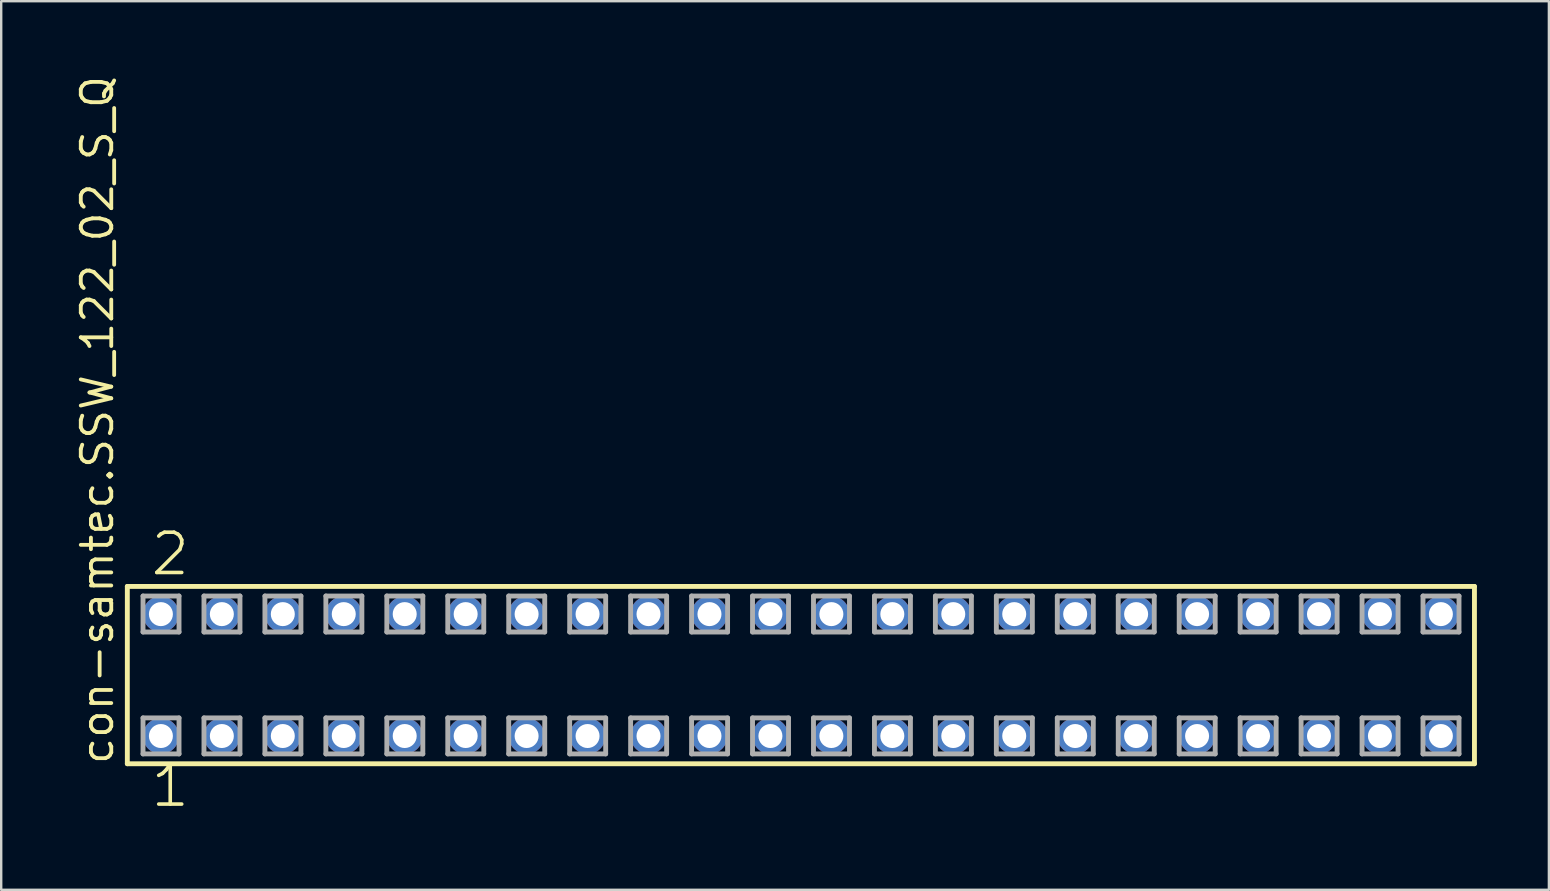
<source format=kicad_pcb>
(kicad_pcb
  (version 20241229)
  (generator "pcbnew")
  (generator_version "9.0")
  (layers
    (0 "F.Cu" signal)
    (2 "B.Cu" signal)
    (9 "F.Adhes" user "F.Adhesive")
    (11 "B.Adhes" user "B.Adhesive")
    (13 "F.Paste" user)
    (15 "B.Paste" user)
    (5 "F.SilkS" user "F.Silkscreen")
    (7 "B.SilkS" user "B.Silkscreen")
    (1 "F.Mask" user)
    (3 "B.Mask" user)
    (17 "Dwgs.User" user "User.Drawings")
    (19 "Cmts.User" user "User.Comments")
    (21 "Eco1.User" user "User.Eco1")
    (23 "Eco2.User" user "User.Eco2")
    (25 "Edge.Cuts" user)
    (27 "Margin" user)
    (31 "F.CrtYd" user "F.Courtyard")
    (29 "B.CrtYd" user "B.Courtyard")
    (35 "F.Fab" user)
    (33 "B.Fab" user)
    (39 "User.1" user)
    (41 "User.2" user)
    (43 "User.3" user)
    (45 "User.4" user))
  (footprint "con-samtec.SSW_122_02_S_Q"
    (layer "F.Cu")
    (at 30.325 25.082)
    (property "Reference" "con-samtec.SSW_122_02_S_Q" (at -28.575 3.81 90) (layer "F.SilkS") (effects (font (size 1.27 1.27) (thickness 0.16)) (justify left bottom)))
    (attr through_hole)
    (fp_line (start -28.069 -3.695) (end 28.069 -3.695) (stroke (width 0.203) (type default)) (layer "F.SilkS"))
    (fp_line (start -28.069 3.695) (end -28.069 -3.695) (stroke (width 0.203) (type default)) (layer "F.SilkS"))
    (fp_line (start 28.069 -3.695) (end 28.069 3.695) (stroke (width 0.203) (type default)) (layer "F.SilkS"))
    (fp_line (start 28.069 3.695) (end -28.069 3.695) (stroke (width 0.203) (type default)) (layer "F.SilkS"))
    (fp_line (start -27.415 -3.295) (end -25.915 -3.295) (stroke (width 0.203) (type default)) (layer "F.Fab"))
    (fp_line (start -27.415 -1.795) (end -27.415 -3.295) (stroke (width 0.203) (type default)) (layer "F.Fab"))
    (fp_line (start -27.415 1.785) (end -25.915 1.785) (stroke (width 0.203) (type default)) (layer "F.Fab"))
    (fp_line (start -27.415 3.285) (end -27.415 1.785) (stroke (width 0.203) (type default)) (layer "F.Fab"))
    (fp_line (start -25.915 -3.295) (end -25.915 -1.795) (stroke (width 0.203) (type default)) (layer "F.Fab"))
    (fp_line (start -25.915 -1.795) (end -27.415 -1.795) (stroke (width 0.203) (type default)) (layer "F.Fab"))
    (fp_line (start -25.915 1.785) (end -25.915 3.285) (stroke (width 0.203) (type default)) (layer "F.Fab"))
    (fp_line (start -25.915 3.285) (end -27.415 3.285) (stroke (width 0.203) (type default)) (layer "F.Fab"))
    (fp_line (start -24.875 -3.295) (end -23.375 -3.295) (stroke (width 0.203) (type default)) (layer "F.Fab"))
    (fp_line (start -24.875 -1.795) (end -24.875 -3.295) (stroke (width 0.203) (type default)) (layer "F.Fab"))
    (fp_line (start -24.875 1.785) (end -23.375 1.785) (stroke (width 0.203) (type default)) (layer "F.Fab"))
    (fp_line (start -24.875 3.285) (end -24.875 1.785) (stroke (width 0.203) (type default)) (layer "F.Fab"))
    (fp_line (start -23.375 -3.295) (end -23.375 -1.795) (stroke (width 0.203) (type default)) (layer "F.Fab"))
    (fp_line (start -23.375 -1.795) (end -24.875 -1.795) (stroke (width 0.203) (type default)) (layer "F.Fab"))
    (fp_line (start -23.375 1.785) (end -23.375 3.285) (stroke (width 0.203) (type default)) (layer "F.Fab"))
    (fp_line (start -23.375 3.285) (end -24.875 3.285) (stroke (width 0.203) (type default)) (layer "F.Fab"))
    (fp_line (start -22.335 -3.295) (end -20.835 -3.295) (stroke (width 0.203) (type default)) (layer "F.Fab"))
    (fp_line (start -22.335 -1.795) (end -22.335 -3.295) (stroke (width 0.203) (type default)) (layer "F.Fab"))
    (fp_line (start -22.335 1.785) (end -20.835 1.785) (stroke (width 0.203) (type default)) (layer "F.Fab"))
    (fp_line (start -22.335 3.285) (end -22.335 1.785) (stroke (width 0.203) (type default)) (layer "F.Fab"))
    (fp_line (start -20.835 -3.295) (end -20.835 -1.795) (stroke (width 0.203) (type default)) (layer "F.Fab"))
    (fp_line (start -20.835 -1.795) (end -22.335 -1.795) (stroke (width 0.203) (type default)) (layer "F.Fab"))
    (fp_line (start -20.835 1.785) (end -20.835 3.285) (stroke (width 0.203) (type default)) (layer "F.Fab"))
    (fp_line (start -20.835 3.285) (end -22.335 3.285) (stroke (width 0.203) (type default)) (layer "F.Fab"))
    (fp_line (start -19.795 -3.295) (end -18.295 -3.295) (stroke (width 0.203) (type default)) (layer "F.Fab"))
    (fp_line (start -19.795 -1.795) (end -19.795 -3.295) (stroke (width 0.203) (type default)) (layer "F.Fab"))
    (fp_line (start -19.795 1.785) (end -18.295 1.785) (stroke (width 0.203) (type default)) (layer "F.Fab"))
    (fp_line (start -19.795 3.285) (end -19.795 1.785) (stroke (width 0.203) (type default)) (layer "F.Fab"))
    (fp_line (start -18.295 -3.295) (end -18.295 -1.795) (stroke (width 0.203) (type default)) (layer "F.Fab"))
    (fp_line (start -18.295 -1.795) (end -19.795 -1.795) (stroke (width 0.203) (type default)) (layer "F.Fab"))
    (fp_line (start -18.295 1.785) (end -18.295 3.285) (stroke (width 0.203) (type default)) (layer "F.Fab"))
    (fp_line (start -18.295 3.285) (end -19.795 3.285) (stroke (width 0.203) (type default)) (layer "F.Fab"))
    (fp_line (start -17.255 -3.295) (end -15.755 -3.295) (stroke (width 0.203) (type default)) (layer "F.Fab"))
    (fp_line (start -17.255 -1.795) (end -17.255 -3.295) (stroke (width 0.203) (type default)) (layer "F.Fab"))
    (fp_line (start -17.255 1.785) (end -15.755 1.785) (stroke (width 0.203) (type default)) (layer "F.Fab"))
    (fp_line (start -17.255 3.285) (end -17.255 1.785) (stroke (width 0.203) (type default)) (layer "F.Fab"))
    (fp_line (start -15.755 -3.295) (end -15.755 -1.795) (stroke (width 0.203) (type default)) (layer "F.Fab"))
    (fp_line (start -15.755 -1.795) (end -17.255 -1.795) (stroke (width 0.203) (type default)) (layer "F.Fab"))
    (fp_line (start -15.755 1.785) (end -15.755 3.285) (stroke (width 0.203) (type default)) (layer "F.Fab"))
    (fp_line (start -15.755 3.285) (end -17.255 3.285) (stroke (width 0.203) (type default)) (layer "F.Fab"))
    (fp_line (start -14.715 -3.295) (end -13.215 -3.295) (stroke (width 0.203) (type default)) (layer "F.Fab"))
    (fp_line (start -14.715 -1.795) (end -14.715 -3.295) (stroke (width 0.203) (type default)) (layer "F.Fab"))
    (fp_line (start -14.715 1.785) (end -13.215 1.785) (stroke (width 0.203) (type default)) (layer "F.Fab"))
    (fp_line (start -14.715 3.285) (end -14.715 1.785) (stroke (width 0.203) (type default)) (layer "F.Fab"))
    (fp_line (start -13.215 -3.295) (end -13.215 -1.795) (stroke (width 0.203) (type default)) (layer "F.Fab"))
    (fp_line (start -13.215 -1.795) (end -14.715 -1.795) (stroke (width 0.203) (type default)) (layer "F.Fab"))
    (fp_line (start -13.215 1.785) (end -13.215 3.285) (stroke (width 0.203) (type default)) (layer "F.Fab"))
    (fp_line (start -13.215 3.285) (end -14.715 3.285) (stroke (width 0.203) (type default)) (layer "F.Fab"))
    (fp_line (start -12.175 -3.295) (end -10.675 -3.295) (stroke (width 0.203) (type default)) (layer "F.Fab"))
    (fp_line (start -12.175 -1.795) (end -12.175 -3.295) (stroke (width 0.203) (type default)) (layer "F.Fab"))
    (fp_line (start -12.175 1.785) (end -10.675 1.785) (stroke (width 0.203) (type default)) (layer "F.Fab"))
    (fp_line (start -12.175 3.285) (end -12.175 1.785) (stroke (width 0.203) (type default)) (layer "F.Fab"))
    (fp_line (start -10.675 -3.295) (end -10.675 -1.795) (stroke (width 0.203) (type default)) (layer "F.Fab"))
    (fp_line (start -10.675 -1.795) (end -12.175 -1.795) (stroke (width 0.203) (type default)) (layer "F.Fab"))
    (fp_line (start -10.675 1.785) (end -10.675 3.285) (stroke (width 0.203) (type default)) (layer "F.Fab"))
    (fp_line (start -10.675 3.285) (end -12.175 3.285) (stroke (width 0.203) (type default)) (layer "F.Fab"))
    (fp_line (start -9.635 -3.295) (end -8.135 -3.295) (stroke (width 0.203) (type default)) (layer "F.Fab"))
    (fp_line (start -9.635 -1.795) (end -9.635 -3.295) (stroke (width 0.203) (type default)) (layer "F.Fab"))
    (fp_line (start -9.635 1.785) (end -8.135 1.785) (stroke (width 0.203) (type default)) (layer "F.Fab"))
    (fp_line (start -9.635 3.285) (end -9.635 1.785) (stroke (width 0.203) (type default)) (layer "F.Fab"))
    (fp_line (start -8.135 -3.295) (end -8.135 -1.795) (stroke (width 0.203) (type default)) (layer "F.Fab"))
    (fp_line (start -8.135 -1.795) (end -9.635 -1.795) (stroke (width 0.203) (type default)) (layer "F.Fab"))
    (fp_line (start -8.135 1.785) (end -8.135 3.285) (stroke (width 0.203) (type default)) (layer "F.Fab"))
    (fp_line (start -8.135 3.285) (end -9.635 3.285) (stroke (width 0.203) (type default)) (layer "F.Fab"))
    (fp_line (start -7.095 -3.295) (end -5.595 -3.295) (stroke (width 0.203) (type default)) (layer "F.Fab"))
    (fp_line (start -7.095 -1.795) (end -7.095 -3.295) (stroke (width 0.203) (type default)) (layer "F.Fab"))
    (fp_line (start -7.095 1.785) (end -5.595 1.785) (stroke (width 0.203) (type default)) (layer "F.Fab"))
    (fp_line (start -7.095 3.285) (end -7.095 1.785) (stroke (width 0.203) (type default)) (layer "F.Fab"))
    (fp_line (start -5.595 -3.295) (end -5.595 -1.795) (stroke (width 0.203) (type default)) (layer "F.Fab"))
    (fp_line (start -5.595 -1.795) (end -7.095 -1.795) (stroke (width 0.203) (type default)) (layer "F.Fab"))
    (fp_line (start -5.595 1.785) (end -5.595 3.285) (stroke (width 0.203) (type default)) (layer "F.Fab"))
    (fp_line (start -5.595 3.285) (end -7.095 3.285) (stroke (width 0.203) (type default)) (layer "F.Fab"))
    (fp_line (start -4.555 -3.295) (end -3.055 -3.295) (stroke (width 0.203) (type default)) (layer "F.Fab"))
    (fp_line (start -4.555 -1.795) (end -4.555 -3.295) (stroke (width 0.203) (type default)) (layer "F.Fab"))
    (fp_line (start -4.555 1.785) (end -3.055 1.785) (stroke (width 0.203) (type default)) (layer "F.Fab"))
    (fp_line (start -4.555 3.285) (end -4.555 1.785) (stroke (width 0.203) (type default)) (layer "F.Fab"))
    (fp_line (start -3.055 -3.295) (end -3.055 -1.795) (stroke (width 0.203) (type default)) (layer "F.Fab"))
    (fp_line (start -3.055 -1.795) (end -4.555 -1.795) (stroke (width 0.203) (type default)) (layer "F.Fab"))
    (fp_line (start -3.055 1.785) (end -3.055 3.285) (stroke (width 0.203) (type default)) (layer "F.Fab"))
    (fp_line (start -3.055 3.285) (end -4.555 3.285) (stroke (width 0.203) (type default)) (layer "F.Fab"))
    (fp_line (start -2.015 -3.295) (end -0.515 -3.295) (stroke (width 0.203) (type default)) (layer "F.Fab"))
    (fp_line (start -2.015 -1.795) (end -2.015 -3.295) (stroke (width 0.203) (type default)) (layer "F.Fab"))
    (fp_line (start -2.015 1.785) (end -0.515 1.785) (stroke (width 0.203) (type default)) (layer "F.Fab"))
    (fp_line (start -2.015 3.285) (end -2.015 1.785) (stroke (width 0.203) (type default)) (layer "F.Fab"))
    (fp_line (start -0.515 -3.295) (end -0.515 -1.795) (stroke (width 0.203) (type default)) (layer "F.Fab"))
    (fp_line (start -0.515 -1.795) (end -2.015 -1.795) (stroke (width 0.203) (type default)) (layer "F.Fab"))
    (fp_line (start -0.515 1.785) (end -0.515 3.285) (stroke (width 0.203) (type default)) (layer "F.Fab"))
    (fp_line (start -0.515 3.285) (end -2.015 3.285) (stroke (width 0.203) (type default)) (layer "F.Fab"))
    (fp_line (start 0.525 -3.295) (end 2.025 -3.295) (stroke (width 0.203) (type default)) (layer "F.Fab"))
    (fp_line (start 0.525 -1.795) (end 0.525 -3.295) (stroke (width 0.203) (type default)) (layer "F.Fab"))
    (fp_line (start 0.525 1.785) (end 2.025 1.785) (stroke (width 0.203) (type default)) (layer "F.Fab"))
    (fp_line (start 0.525 3.285) (end 0.525 1.785) (stroke (width 0.203) (type default)) (layer "F.Fab"))
    (fp_line (start 2.025 -3.295) (end 2.025 -1.795) (stroke (width 0.203) (type default)) (layer "F.Fab"))
    (fp_line (start 2.025 -1.795) (end 0.525 -1.795) (stroke (width 0.203) (type default)) (layer "F.Fab"))
    (fp_line (start 2.025 1.785) (end 2.025 3.285) (stroke (width 0.203) (type default)) (layer "F.Fab"))
    (fp_line (start 2.025 3.285) (end 0.525 3.285) (stroke (width 0.203) (type default)) (layer "F.Fab"))
    (fp_line (start 3.065 -3.295) (end 4.565 -3.295) (stroke (width 0.203) (type default)) (layer "F.Fab"))
    (fp_line (start 3.065 -1.795) (end 3.065 -3.295) (stroke (width 0.203) (type default)) (layer "F.Fab"))
    (fp_line (start 3.065 1.785) (end 4.565 1.785) (stroke (width 0.203) (type default)) (layer "F.Fab"))
    (fp_line (start 3.065 3.285) (end 3.065 1.785) (stroke (width 0.203) (type default)) (layer "F.Fab"))
    (fp_line (start 4.565 -3.295) (end 4.565 -1.795) (stroke (width 0.203) (type default)) (layer "F.Fab"))
    (fp_line (start 4.565 -1.795) (end 3.065 -1.795) (stroke (width 0.203) (type default)) (layer "F.Fab"))
    (fp_line (start 4.565 1.785) (end 4.565 3.285) (stroke (width 0.203) (type default)) (layer "F.Fab"))
    (fp_line (start 4.565 3.285) (end 3.065 3.285) (stroke (width 0.203) (type default)) (layer "F.Fab"))
    (fp_line (start 5.605 -3.295) (end 7.105 -3.295) (stroke (width 0.203) (type default)) (layer "F.Fab"))
    (fp_line (start 5.605 -1.795) (end 5.605 -3.295) (stroke (width 0.203) (type default)) (layer "F.Fab"))
    (fp_line (start 5.605 1.785) (end 7.105 1.785) (stroke (width 0.203) (type default)) (layer "F.Fab"))
    (fp_line (start 5.605 3.285) (end 5.605 1.785) (stroke (width 0.203) (type default)) (layer "F.Fab"))
    (fp_line (start 7.105 -3.295) (end 7.105 -1.795) (stroke (width 0.203) (type default)) (layer "F.Fab"))
    (fp_line (start 7.105 -1.795) (end 5.605 -1.795) (stroke (width 0.203) (type default)) (layer "F.Fab"))
    (fp_line (start 7.105 1.785) (end 7.105 3.285) (stroke (width 0.203) (type default)) (layer "F.Fab"))
    (fp_line (start 7.105 3.285) (end 5.605 3.285) (stroke (width 0.203) (type default)) (layer "F.Fab"))
    (fp_line (start 8.145 -3.295) (end 9.645 -3.295) (stroke (width 0.203) (type default)) (layer "F.Fab"))
    (fp_line (start 8.145 -1.795) (end 8.145 -3.295) (stroke (width 0.203) (type default)) (layer "F.Fab"))
    (fp_line (start 8.145 1.785) (end 9.645 1.785) (stroke (width 0.203) (type default)) (layer "F.Fab"))
    (fp_line (start 8.145 3.285) (end 8.145 1.785) (stroke (width 0.203) (type default)) (layer "F.Fab"))
    (fp_line (start 9.645 -3.295) (end 9.645 -1.795) (stroke (width 0.203) (type default)) (layer "F.Fab"))
    (fp_line (start 9.645 -1.795) (end 8.145 -1.795) (stroke (width 0.203) (type default)) (layer "F.Fab"))
    (fp_line (start 9.645 1.785) (end 9.645 3.285) (stroke (width 0.203) (type default)) (layer "F.Fab"))
    (fp_line (start 9.645 3.285) (end 8.145 3.285) (stroke (width 0.203) (type default)) (layer "F.Fab"))
    (fp_line (start 10.685 -3.295) (end 12.185 -3.295) (stroke (width 0.203) (type default)) (layer "F.Fab"))
    (fp_line (start 10.685 -1.795) (end 10.685 -3.295) (stroke (width 0.203) (type default)) (layer "F.Fab"))
    (fp_line (start 10.685 1.785) (end 12.185 1.785) (stroke (width 0.203) (type default)) (layer "F.Fab"))
    (fp_line (start 10.685 3.285) (end 10.685 1.785) (stroke (width 0.203) (type default)) (layer "F.Fab"))
    (fp_line (start 12.185 -3.295) (end 12.185 -1.795) (stroke (width 0.203) (type default)) (layer "F.Fab"))
    (fp_line (start 12.185 -1.795) (end 10.685 -1.795) (stroke (width 0.203) (type default)) (layer "F.Fab"))
    (fp_line (start 12.185 1.785) (end 12.185 3.285) (stroke (width 0.203) (type default)) (layer "F.Fab"))
    (fp_line (start 12.185 3.285) (end 10.685 3.285) (stroke (width 0.203) (type default)) (layer "F.Fab"))
    (fp_line (start 13.225 -3.295) (end 14.725 -3.295) (stroke (width 0.203) (type default)) (layer "F.Fab"))
    (fp_line (start 13.225 -1.795) (end 13.225 -3.295) (stroke (width 0.203) (type default)) (layer "F.Fab"))
    (fp_line (start 13.225 1.785) (end 14.725 1.785) (stroke (width 0.203) (type default)) (layer "F.Fab"))
    (fp_line (start 13.225 3.285) (end 13.225 1.785) (stroke (width 0.203) (type default)) (layer "F.Fab"))
    (fp_line (start 14.725 -3.295) (end 14.725 -1.795) (stroke (width 0.203) (type default)) (layer "F.Fab"))
    (fp_line (start 14.725 -1.795) (end 13.225 -1.795) (stroke (width 0.203) (type default)) (layer "F.Fab"))
    (fp_line (start 14.725 1.785) (end 14.725 3.285) (stroke (width 0.203) (type default)) (layer "F.Fab"))
    (fp_line (start 14.725 3.285) (end 13.225 3.285) (stroke (width 0.203) (type default)) (layer "F.Fab"))
    (fp_line (start 15.765 -3.295) (end 17.265 -3.295) (stroke (width 0.203) (type default)) (layer "F.Fab"))
    (fp_line (start 15.765 -1.795) (end 15.765 -3.295) (stroke (width 0.203) (type default)) (layer "F.Fab"))
    (fp_line (start 15.765 1.785) (end 17.265 1.785) (stroke (width 0.203) (type default)) (layer "F.Fab"))
    (fp_line (start 15.765 3.285) (end 15.765 1.785) (stroke (width 0.203) (type default)) (layer "F.Fab"))
    (fp_line (start 17.265 -3.295) (end 17.265 -1.795) (stroke (width 0.203) (type default)) (layer "F.Fab"))
    (fp_line (start 17.265 -1.795) (end 15.765 -1.795) (stroke (width 0.203) (type default)) (layer "F.Fab"))
    (fp_line (start 17.265 1.785) (end 17.265 3.285) (stroke (width 0.203) (type default)) (layer "F.Fab"))
    (fp_line (start 17.265 3.285) (end 15.765 3.285) (stroke (width 0.203) (type default)) (layer "F.Fab"))
    (fp_line (start 18.305 -3.295) (end 19.805 -3.295) (stroke (width 0.203) (type default)) (layer "F.Fab"))
    (fp_line (start 18.305 -1.795) (end 18.305 -3.295) (stroke (width 0.203) (type default)) (layer "F.Fab"))
    (fp_line (start 18.305 1.785) (end 19.805 1.785) (stroke (width 0.203) (type default)) (layer "F.Fab"))
    (fp_line (start 18.305 3.285) (end 18.305 1.785) (stroke (width 0.203) (type default)) (layer "F.Fab"))
    (fp_line (start 19.805 -3.295) (end 19.805 -1.795) (stroke (width 0.203) (type default)) (layer "F.Fab"))
    (fp_line (start 19.805 -1.795) (end 18.305 -1.795) (stroke (width 0.203) (type default)) (layer "F.Fab"))
    (fp_line (start 19.805 1.785) (end 19.805 3.285) (stroke (width 0.203) (type default)) (layer "F.Fab"))
    (fp_line (start 19.805 3.285) (end 18.305 3.285) (stroke (width 0.203) (type default)) (layer "F.Fab"))
    (fp_line (start 20.845 -3.295) (end 22.345 -3.295) (stroke (width 0.203) (type default)) (layer "F.Fab"))
    (fp_line (start 20.845 -1.795) (end 20.845 -3.295) (stroke (width 0.203) (type default)) (layer "F.Fab"))
    (fp_line (start 20.845 1.785) (end 22.345 1.785) (stroke (width 0.203) (type default)) (layer "F.Fab"))
    (fp_line (start 20.845 3.285) (end 20.845 1.785) (stroke (width 0.203) (type default)) (layer "F.Fab"))
    (fp_line (start 22.345 -3.295) (end 22.345 -1.795) (stroke (width 0.203) (type default)) (layer "F.Fab"))
    (fp_line (start 22.345 -1.795) (end 20.845 -1.795) (stroke (width 0.203) (type default)) (layer "F.Fab"))
    (fp_line (start 22.345 1.785) (end 22.345 3.285) (stroke (width 0.203) (type default)) (layer "F.Fab"))
    (fp_line (start 22.345 3.285) (end 20.845 3.285) (stroke (width 0.203) (type default)) (layer "F.Fab"))
    (fp_line (start 23.385 -3.295) (end 24.885 -3.295) (stroke (width 0.203) (type default)) (layer "F.Fab"))
    (fp_line (start 23.385 -1.795) (end 23.385 -3.295) (stroke (width 0.203) (type default)) (layer "F.Fab"))
    (fp_line (start 23.385 1.785) (end 24.885 1.785) (stroke (width 0.203) (type default)) (layer "F.Fab"))
    (fp_line (start 23.385 3.285) (end 23.385 1.785) (stroke (width 0.203) (type default)) (layer "F.Fab"))
    (fp_line (start 24.885 -3.295) (end 24.885 -1.795) (stroke (width 0.203) (type default)) (layer "F.Fab"))
    (fp_line (start 24.885 -1.795) (end 23.385 -1.795) (stroke (width 0.203) (type default)) (layer "F.Fab"))
    (fp_line (start 24.885 1.785) (end 24.885 3.285) (stroke (width 0.203) (type default)) (layer "F.Fab"))
    (fp_line (start 24.885 3.285) (end 23.385 3.285) (stroke (width 0.203) (type default)) (layer "F.Fab"))
    (fp_line (start 25.925 -3.295) (end 27.425 -3.295) (stroke (width 0.203) (type default)) (layer "F.Fab"))
    (fp_line (start 25.925 -1.795) (end 25.925 -3.295) (stroke (width 0.203) (type default)) (layer "F.Fab"))
    (fp_line (start 25.925 1.785) (end 27.425 1.785) (stroke (width 0.203) (type default)) (layer "F.Fab"))
    (fp_line (start 25.925 3.285) (end 25.925 1.785) (stroke (width 0.203) (type default)) (layer "F.Fab"))
    (fp_line (start 27.425 -3.295) (end 27.425 -1.795) (stroke (width 0.203) (type default)) (layer "F.Fab"))
    (fp_line (start 27.425 -1.795) (end 25.925 -1.795) (stroke (width 0.203) (type default)) (layer "F.Fab"))
    (fp_line (start 27.425 1.785) (end 27.425 3.285) (stroke (width 0.203) (type default)) (layer "F.Fab"))
    (fp_line (start 27.425 3.285) (end 25.925 3.285) (stroke (width 0.203) (type default)) (layer "F.Fab"))
    (fp_text user "1" (at -27.178 5.588 0) (layer "F.SilkS") (effects (font (size 1.676 1.676) (thickness 0.15)) (justify left bottom)))
    (fp_text user "2" (at -27.178 -4.064 0) (layer "F.SilkS") (effects (font (size 1.676 1.676) (thickness 0.15)) (justify left bottom)))
    (pad "1" thru_hole circle (at -26.67 2.54) (size 1.5 1.5) (drill 1) (layers "*.Cu" "*.Mask"))
    (pad "2" thru_hole circle (at -26.67 -2.54) (size 1.5 1.5) (drill 1) (layers "*.Cu" "*.Mask"))
    (pad "3" thru_hole circle (at -24.13 2.54) (size 1.5 1.5) (drill 1) (layers "*.Cu" "*.Mask"))
    (pad "4" thru_hole circle (at -24.13 -2.54) (size 1.5 1.5) (drill 1) (layers "*.Cu" "*.Mask"))
    (pad "5" thru_hole circle (at -21.59 2.54) (size 1.5 1.5) (drill 1) (layers "*.Cu" "*.Mask"))
    (pad "6" thru_hole circle (at -21.59 -2.54) (size 1.5 1.5) (drill 1) (layers "*.Cu" "*.Mask"))
    (pad "7" thru_hole circle (at -19.05 2.54) (size 1.5 1.5) (drill 1) (layers "*.Cu" "*.Mask"))
    (pad "8" thru_hole circle (at -19.05 -2.54) (size 1.5 1.5) (drill 1) (layers "*.Cu" "*.Mask"))
    (pad "9" thru_hole circle (at -16.51 2.54) (size 1.5 1.5) (drill 1) (layers "*.Cu" "*.Mask"))
    (pad "10" thru_hole circle (at -16.51 -2.54) (size 1.5 1.5) (drill 1) (layers "*.Cu" "*.Mask"))
    (pad "11" thru_hole circle (at -13.97 2.54) (size 1.5 1.5) (drill 1) (layers "*.Cu" "*.Mask"))
    (pad "12" thru_hole circle (at -13.97 -2.54) (size 1.5 1.5) (drill 1) (layers "*.Cu" "*.Mask"))
    (pad "13" thru_hole circle (at -11.43 2.54) (size 1.5 1.5) (drill 1) (layers "*.Cu" "*.Mask"))
    (pad "14" thru_hole circle (at -11.43 -2.54) (size 1.5 1.5) (drill 1) (layers "*.Cu" "*.Mask"))
    (pad "15" thru_hole circle (at -8.89 2.54) (size 1.5 1.5) (drill 1) (layers "*.Cu" "*.Mask"))
    (pad "16" thru_hole circle (at -8.89 -2.54) (size 1.5 1.5) (drill 1) (layers "*.Cu" "*.Mask"))
    (pad "17" thru_hole circle (at -6.35 2.54) (size 1.5 1.5) (drill 1) (layers "*.Cu" "*.Mask"))
    (pad "18" thru_hole circle (at -6.35 -2.54) (size 1.5 1.5) (drill 1) (layers "*.Cu" "*.Mask"))
    (pad "19" thru_hole circle (at -3.81 2.54) (size 1.5 1.5) (drill 1) (layers "*.Cu" "*.Mask"))
    (pad "20" thru_hole circle (at -3.81 -2.54) (size 1.5 1.5) (drill 1) (layers "*.Cu" "*.Mask"))
    (pad "21" thru_hole circle (at -1.27 2.54) (size 1.5 1.5) (drill 1) (layers "*.Cu" "*.Mask"))
    (pad "22" thru_hole circle (at -1.27 -2.54) (size 1.5 1.5) (drill 1) (layers "*.Cu" "*.Mask"))
    (pad "23" thru_hole circle (at 1.27 2.54) (size 1.5 1.5) (drill 1) (layers "*.Cu" "*.Mask"))
    (pad "24" thru_hole circle (at 1.27 -2.54) (size 1.5 1.5) (drill 1) (layers "*.Cu" "*.Mask"))
    (pad "25" thru_hole circle (at 3.81 2.54) (size 1.5 1.5) (drill 1) (layers "*.Cu" "*.Mask"))
    (pad "26" thru_hole circle (at 3.81 -2.54) (size 1.5 1.5) (drill 1) (layers "*.Cu" "*.Mask"))
    (pad "27" thru_hole circle (at 6.35 2.54) (size 1.5 1.5) (drill 1) (layers "*.Cu" "*.Mask"))
    (pad "28" thru_hole circle (at 6.35 -2.54) (size 1.5 1.5) (drill 1) (layers "*.Cu" "*.Mask"))
    (pad "29" thru_hole circle (at 8.89 2.54) (size 1.5 1.5) (drill 1) (layers "*.Cu" "*.Mask"))
    (pad "30" thru_hole circle (at 8.89 -2.54) (size 1.5 1.5) (drill 1) (layers "*.Cu" "*.Mask"))
    (pad "31" thru_hole circle (at 11.43 2.54) (size 1.5 1.5) (drill 1) (layers "*.Cu" "*.Mask"))
    (pad "32" thru_hole circle (at 11.43 -2.54) (size 1.5 1.5) (drill 1) (layers "*.Cu" "*.Mask"))
    (pad "33" thru_hole circle (at 13.97 2.54) (size 1.5 1.5) (drill 1) (layers "*.Cu" "*.Mask"))
    (pad "34" thru_hole circle (at 13.97 -2.54) (size 1.5 1.5) (drill 1) (layers "*.Cu" "*.Mask"))
    (pad "35" thru_hole circle (at 16.51 2.54) (size 1.5 1.5) (drill 1) (layers "*.Cu" "*.Mask"))
    (pad "36" thru_hole circle (at 16.51 -2.54) (size 1.5 1.5) (drill 1) (layers "*.Cu" "*.Mask"))
    (pad "37" thru_hole circle (at 19.05 2.54) (size 1.5 1.5) (drill 1) (layers "*.Cu" "*.Mask"))
    (pad "38" thru_hole circle (at 19.05 -2.54) (size 1.5 1.5) (drill 1) (layers "*.Cu" "*.Mask"))
    (pad "39" thru_hole circle (at 21.59 2.54) (size 1.5 1.5) (drill 1) (layers "*.Cu" "*.Mask"))
    (pad "40" thru_hole circle (at 21.59 -2.54) (size 1.5 1.5) (drill 1) (layers "*.Cu" "*.Mask"))
    (pad "41" thru_hole circle (at 24.13 2.54) (size 1.5 1.5) (drill 1) (layers "*.Cu" "*.Mask"))
    (pad "42" thru_hole circle (at 24.13 -2.54) (size 1.5 1.5) (drill 1) (layers "*.Cu" "*.Mask"))
    (pad "43" thru_hole circle (at 26.67 2.54) (size 1.5 1.5) (drill 1) (layers "*.Cu" "*.Mask"))
    (pad "44" thru_hole circle (at 26.67 -2.54) (size 1.5 1.5) (drill 1) (layers "*.Cu" "*.Mask")))
  (gr_rect
    (start -3 -3)
    (end 61.496 34.031)
    (stroke (width 0.1) (type default))
    (fill no)
    (layer "Edge.Cuts")))
</source>
